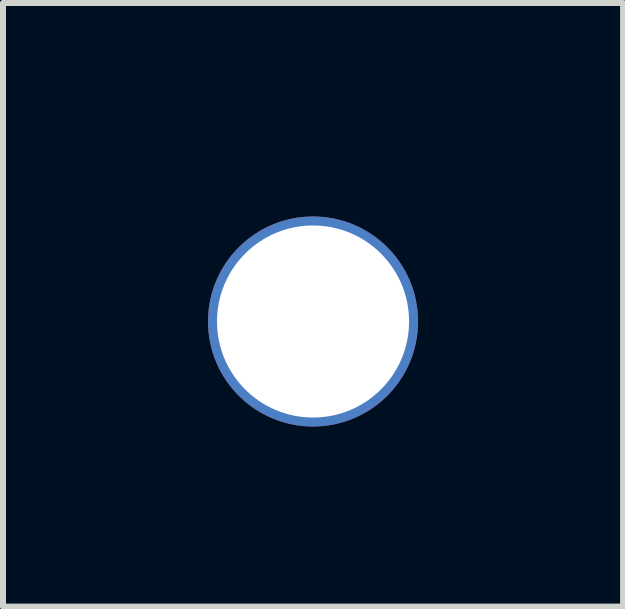
<source format=kicad_pcb>
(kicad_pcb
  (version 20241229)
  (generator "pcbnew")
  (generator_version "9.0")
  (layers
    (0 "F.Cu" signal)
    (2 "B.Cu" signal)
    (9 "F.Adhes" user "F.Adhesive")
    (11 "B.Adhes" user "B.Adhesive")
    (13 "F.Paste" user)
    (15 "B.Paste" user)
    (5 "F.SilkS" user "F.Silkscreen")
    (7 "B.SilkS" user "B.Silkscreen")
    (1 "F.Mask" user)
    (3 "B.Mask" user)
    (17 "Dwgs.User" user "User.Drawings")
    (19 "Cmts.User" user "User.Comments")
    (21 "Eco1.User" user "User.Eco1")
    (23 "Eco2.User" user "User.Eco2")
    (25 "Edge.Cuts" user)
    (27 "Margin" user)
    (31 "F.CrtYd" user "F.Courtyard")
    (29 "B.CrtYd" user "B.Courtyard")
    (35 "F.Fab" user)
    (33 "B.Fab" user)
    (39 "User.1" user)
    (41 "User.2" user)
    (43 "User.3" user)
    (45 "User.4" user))
  (footprint "HOLE_M3-3.2-3.5"
    (layer "F.Cu")
    (at 2.166 2.307)
    (property "Reference" "HOLE_M3-3.2-3.5" (at 0 -2 0) (layer "Eco2.User") (effects (font (size 0.3 0.3) (thickness 0.075))))
    (attr through_hole)
    (pad "" np_thru_hole circle (at 0 0) (size 3.5 3.5) (drill 3.2) (layers "*.Cu" "*.Mask")))
  (gr_rect
    (start -3 -3)
    (end 7.332 7.057)
    (stroke (width 0.1) (type default))
    (fill no)
    (layer "Edge.Cuts")))
</source>
